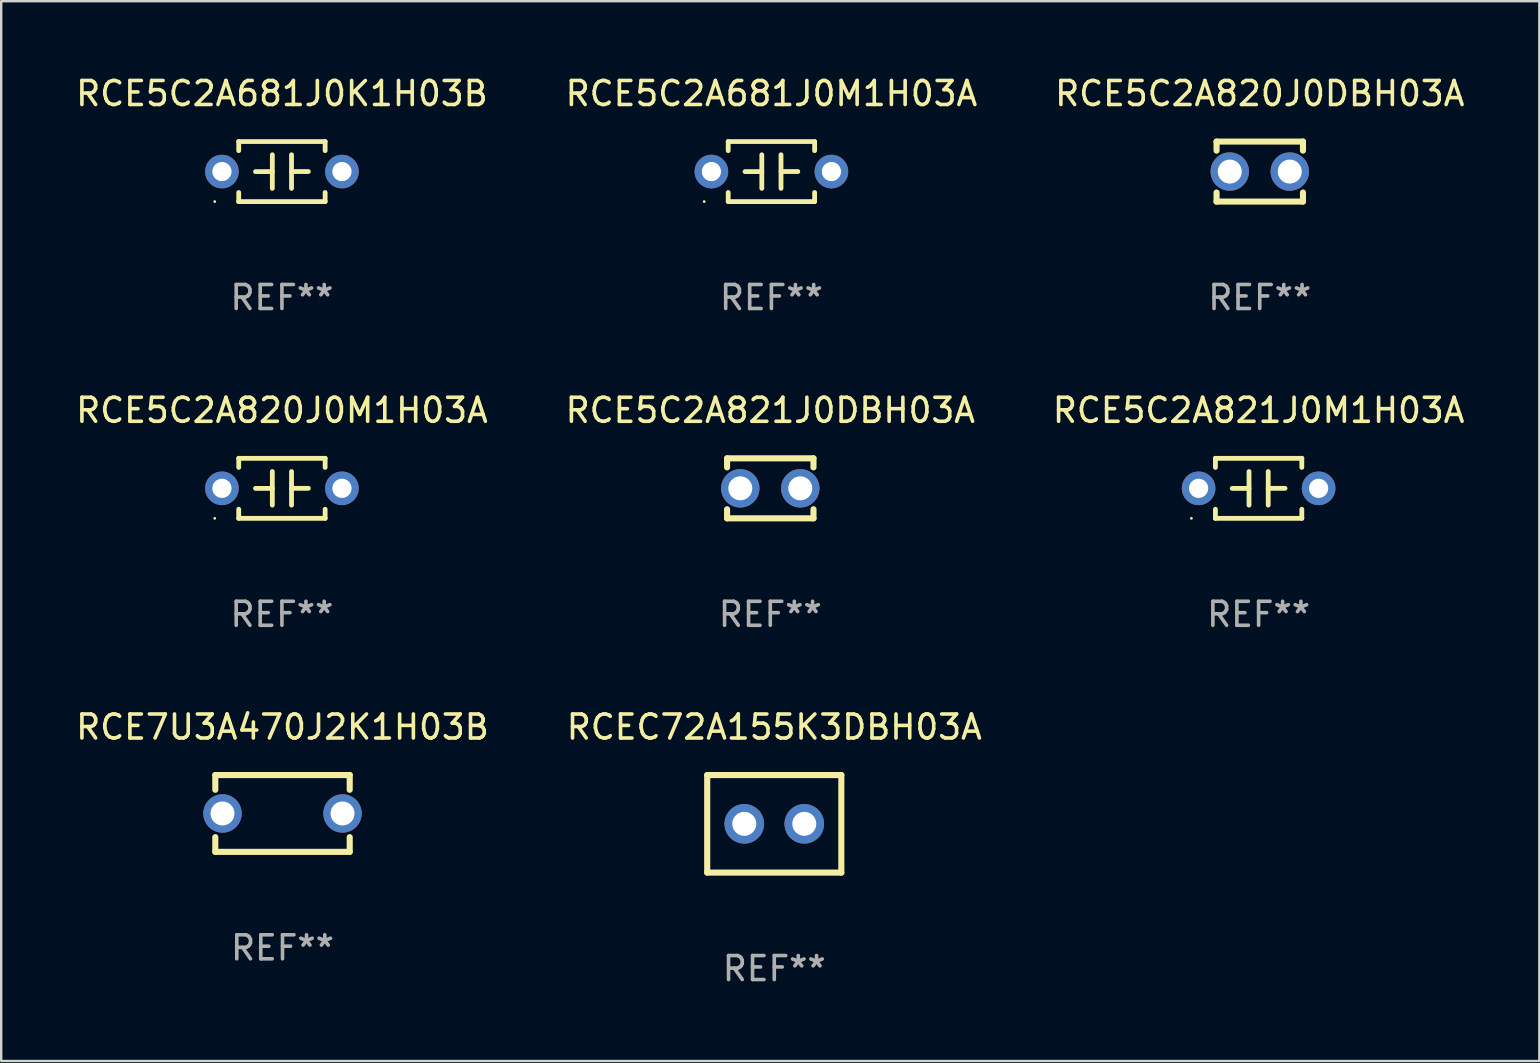
<source format=kicad_pcb>
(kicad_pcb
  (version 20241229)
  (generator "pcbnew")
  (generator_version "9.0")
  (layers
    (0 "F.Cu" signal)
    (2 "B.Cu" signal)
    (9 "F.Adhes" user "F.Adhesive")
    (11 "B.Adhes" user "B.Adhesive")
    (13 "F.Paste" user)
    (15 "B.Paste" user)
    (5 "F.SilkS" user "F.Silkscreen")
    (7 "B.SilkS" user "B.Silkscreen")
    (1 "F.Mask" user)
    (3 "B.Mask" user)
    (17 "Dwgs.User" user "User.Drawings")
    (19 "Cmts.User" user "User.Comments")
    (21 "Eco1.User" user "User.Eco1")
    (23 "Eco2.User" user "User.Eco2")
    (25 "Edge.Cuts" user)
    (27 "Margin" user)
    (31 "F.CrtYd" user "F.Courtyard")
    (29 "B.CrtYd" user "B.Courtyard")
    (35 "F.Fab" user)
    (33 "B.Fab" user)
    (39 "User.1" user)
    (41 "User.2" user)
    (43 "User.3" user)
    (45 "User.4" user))
  (footprint "RCE5C2A821J0M1H03A"
    (layer "F.Cu")
    (at 49.387 17.295)
    (property "Reference" "RCE5C2A821J0M1H03A" (at 0 -3.25 0) (layer "F.SilkS") (effects (font (size 1 1) (thickness 0.15))))
    (attr through_hole)
    (fp_line (start -1.8 -1.25) (end -1.8 -0.872) (stroke (width 0.2) (type solid)) (layer "F.SilkS"))
    (fp_line (start -1.8 -1.25) (end 1.8 -1.25) (stroke (width 0.2) (type solid)) (layer "F.SilkS"))
    (fp_line (start -1.8 0.872) (end -1.8 1.25) (stroke (width 0.2) (type solid)) (layer "F.SilkS"))
    (fp_line (start -1.8 1.25) (end 1.8 1.25) (stroke (width 0.2) (type solid)) (layer "F.SilkS"))
    (fp_line (start -0.4 -0.7) (end -0.4 0.7) (stroke (width 0.2) (type solid)) (layer "F.SilkS"))
    (fp_line (start -0.4 0.002) (end -1.1 0.002) (stroke (width 0.2) (type solid)) (layer "F.SilkS"))
    (fp_line (start 0.4 -0.001) (end 1.1 -0.001) (stroke (width 0.2) (type solid)) (layer "F.SilkS"))
    (fp_line (start 0.4 0.7) (end 0.4 -0.7) (stroke (width 0.2) (type solid)) (layer "F.SilkS"))
    (fp_line (start 1.8 -1.25) (end 1.8 -0.872) (stroke (width 0.2) (type solid)) (layer "F.SilkS"))
    (fp_line (start 1.8 0.872) (end 1.8 1.25) (stroke (width 0.2) (type solid)) (layer "F.SilkS"))
    (fp_circle (center -2.8 1.25) (end -2.77 1.25) (stroke (width 0.06) (type solid)) (fill no) (layer "F.SilkS"))
    (fp_text user "REF**" (at 0 5.25 0) (layer "F.Fab") (effects (font (size 1 1) (thickness 0.15))))
    (pad "1" thru_hole circle (at -2.5 0) (size 1.4 1.4) (drill 0.8) (layers "*.Cu" "*.Mask"))
    (pad "2" thru_hole circle (at 2.5 0) (size 1.4 1.4) (drill 0.8) (layers "*.Cu" "*.Mask")))
  (footprint "RCE5C2A681J0M1H03A"
    (layer "F.Cu")
    (at 29.089 4.098)
    (property "Reference" "RCE5C2A681J0M1H03A" (at 0 -3.25 0) (layer "F.SilkS") (effects (font (size 1 1) (thickness 0.15))))
    (attr through_hole)
    (fp_line (start -1.8 -1.25) (end -1.8 -0.872) (stroke (width 0.2) (type solid)) (layer "F.SilkS"))
    (fp_line (start -1.8 -1.25) (end 1.8 -1.25) (stroke (width 0.2) (type solid)) (layer "F.SilkS"))
    (fp_line (start -1.8 0.872) (end -1.8 1.25) (stroke (width 0.2) (type solid)) (layer "F.SilkS"))
    (fp_line (start -1.8 1.25) (end 1.8 1.25) (stroke (width 0.2) (type solid)) (layer "F.SilkS"))
    (fp_line (start -0.4 -0.7) (end -0.4 0.7) (stroke (width 0.2) (type solid)) (layer "F.SilkS"))
    (fp_line (start -0.4 0.002) (end -1.1 0.002) (stroke (width 0.2) (type solid)) (layer "F.SilkS"))
    (fp_line (start 0.4 -0.001) (end 1.1 -0.001) (stroke (width 0.2) (type solid)) (layer "F.SilkS"))
    (fp_line (start 0.4 0.7) (end 0.4 -0.7) (stroke (width 0.2) (type solid)) (layer "F.SilkS"))
    (fp_line (start 1.8 -1.25) (end 1.8 -0.872) (stroke (width 0.2) (type solid)) (layer "F.SilkS"))
    (fp_line (start 1.8 0.872) (end 1.8 1.25) (stroke (width 0.2) (type solid)) (layer "F.SilkS"))
    (fp_circle (center -2.8 1.25) (end -2.77 1.25) (stroke (width 0.06) (type solid)) (fill no) (layer "F.SilkS"))
    (fp_text user "REF**" (at 0 5.25 0) (layer "F.Fab") (effects (font (size 1 1) (thickness 0.15))))
    (pad "1" thru_hole circle (at -2.5 0) (size 1.4 1.4) (drill 0.8) (layers "*.Cu" "*.Mask"))
    (pad "2" thru_hole circle (at 2.5 0) (size 1.4 1.4) (drill 0.8) (layers "*.Cu" "*.Mask")))
  (footprint "RCE5C2A821J0DBH03A"
    (layer "F.Cu")
    (at 29.042 17.295)
    (property "Reference" "RCE5C2A821J0DBH03A" (at 0 -3.25 0) (layer "F.SilkS") (effects (font (size 1 1) (thickness 0.15))))
    (attr through_hole)
    (fp_line (start -1.8 -1.25) (end -1.8 -0.872) (stroke (width 0.254) (type solid)) (layer "F.SilkS"))
    (fp_line (start -1.8 -1.25) (end 1.8 -1.25) (stroke (width 0.254) (type solid)) (layer "F.SilkS"))
    (fp_line (start -1.8 0.872) (end -1.8 1.25) (stroke (width 0.254) (type solid)) (layer "F.SilkS"))
    (fp_line (start -1.8 1.25) (end 1.8 1.25) (stroke (width 0.254) (type solid)) (layer "F.SilkS"))
    (fp_line (start 1.8 -1.25) (end 1.8 -0.872) (stroke (width 0.254) (type solid)) (layer "F.SilkS"))
    (fp_line (start 1.8 0.872) (end 1.8 1.25) (stroke (width 0.254) (type solid)) (layer "F.SilkS"))
    (fp_circle (center -1.8 1.25) (end -1.77 1.25) (stroke (width 0.06) (type solid)) (fill no) (layer "F.SilkS"))
    (fp_text user "REF**" (at 0 5.25 0) (layer "F.Fab") (effects (font (size 1 1) (thickness 0.15))))
    (pad "1" thru_hole circle (at -1.25 0) (size 1.6 1.6) (drill 1) (layers "*.Cu" "*.Mask"))
    (pad "2" thru_hole circle (at 1.25 0) (size 1.6 1.6) (drill 1) (layers "*.Cu" "*.Mask")))
  (footprint "RCE5C2A681J0K1H03B"
    (layer "F.Cu")
    (at 8.696 4.098)
    (property "Reference" "RCE5C2A681J0K1H03B" (at 0 -3.25 0) (layer "F.SilkS") (effects (font (size 1 1) (thickness 0.15))))
    (attr through_hole)
    (fp_line (start -1.8 -1.25) (end -1.8 -0.872) (stroke (width 0.2) (type solid)) (layer "F.SilkS"))
    (fp_line (start -1.8 -1.25) (end 1.8 -1.25) (stroke (width 0.2) (type solid)) (layer "F.SilkS"))
    (fp_line (start -1.8 0.872) (end -1.8 1.25) (stroke (width 0.2) (type solid)) (layer "F.SilkS"))
    (fp_line (start -1.8 1.25) (end 1.8 1.25) (stroke (width 0.2) (type solid)) (layer "F.SilkS"))
    (fp_line (start -0.4 -0.7) (end -0.4 0.7) (stroke (width 0.2) (type solid)) (layer "F.SilkS"))
    (fp_line (start -0.4 0.002) (end -1.1 0.002) (stroke (width 0.2) (type solid)) (layer "F.SilkS"))
    (fp_line (start 0.4 -0.001) (end 1.1 -0.001) (stroke (width 0.2) (type solid)) (layer "F.SilkS"))
    (fp_line (start 0.4 0.7) (end 0.4 -0.7) (stroke (width 0.2) (type solid)) (layer "F.SilkS"))
    (fp_line (start 1.8 -1.25) (end 1.8 -0.872) (stroke (width 0.2) (type solid)) (layer "F.SilkS"))
    (fp_line (start 1.8 0.872) (end 1.8 1.25) (stroke (width 0.2) (type solid)) (layer "F.SilkS"))
    (fp_circle (center -2.8 1.25) (end -2.77 1.25) (stroke (width 0.06) (type solid)) (fill no) (layer "F.SilkS"))
    (fp_text user "REF**" (at 0 5.25 0) (layer "F.Fab") (effects (font (size 1 1) (thickness 0.15))))
    (pad "1" thru_hole circle (at -2.5 0) (size 1.4 1.4) (drill 0.8) (layers "*.Cu" "*.Mask"))
    (pad "2" thru_hole circle (at 2.5 0) (size 1.4 1.4) (drill 0.8) (layers "*.Cu" "*.Mask")))
  (footprint "RCEC72A155K3DBH03A"
    (layer "F.Cu")
    (at 29.208 31.273)
    (property "Reference" "RCEC72A155K3DBH03A" (at 0 -4.032 0) (layer "F.SilkS") (effects (font (size 1 1) (thickness 0.15))))
    (attr through_hole)
    (fp_line (start -2.794 -2.032) (end -2.794 2.032) (stroke (width 0.254) (type solid)) (layer "F.SilkS"))
    (fp_line (start -2.794 2.032) (end 2.794 2.032) (stroke (width 0.254) (type solid)) (layer "F.SilkS"))
    (fp_line (start 2.794 -2.032) (end -2.794 -2.032) (stroke (width 0.254) (type solid)) (layer "F.SilkS"))
    (fp_line (start 2.794 2.032) (end 2.794 -2.032) (stroke (width 0.254) (type solid)) (layer "F.SilkS"))
    (fp_circle (center -2.75 2) (end -2.72 2) (stroke (width 0.06) (type solid)) (fill no) (layer "F.SilkS"))
    (fp_text user "REF**" (at 0 6.032 0) (layer "F.Fab") (effects (font (size 1 1) (thickness 0.15))))
    (pad "1" thru_hole circle (at -1.25 0) (size 1.65 1.65) (drill 1) (layers "*.Cu" "*.Mask"))
    (pad "2" thru_hole circle (at 1.25 0) (size 1.65 1.65) (drill 1) (layers "*.Cu" "*.Mask")))
  (footprint "RCE5C2A820J0M1H03A"
    (layer "F.Cu")
    (at 8.696 17.295)
    (property "Reference" "RCE5C2A820J0M1H03A" (at 0 -3.25 0) (layer "F.SilkS") (effects (font (size 1 1) (thickness 0.15))))
    (attr through_hole)
    (fp_line (start -1.8 -1.25) (end -1.8 -0.872) (stroke (width 0.2) (type solid)) (layer "F.SilkS"))
    (fp_line (start -1.8 -1.25) (end 1.8 -1.25) (stroke (width 0.2) (type solid)) (layer "F.SilkS"))
    (fp_line (start -1.8 0.872) (end -1.8 1.25) (stroke (width 0.2) (type solid)) (layer "F.SilkS"))
    (fp_line (start -1.8 1.25) (end 1.8 1.25) (stroke (width 0.2) (type solid)) (layer "F.SilkS"))
    (fp_line (start -0.4 -0.7) (end -0.4 0.7) (stroke (width 0.2) (type solid)) (layer "F.SilkS"))
    (fp_line (start -0.4 0.002) (end -1.1 0.002) (stroke (width 0.2) (type solid)) (layer "F.SilkS"))
    (fp_line (start 0.4 -0.001) (end 1.1 -0.001) (stroke (width 0.2) (type solid)) (layer "F.SilkS"))
    (fp_line (start 0.4 0.7) (end 0.4 -0.7) (stroke (width 0.2) (type solid)) (layer "F.SilkS"))
    (fp_line (start 1.8 -1.25) (end 1.8 -0.872) (stroke (width 0.2) (type solid)) (layer "F.SilkS"))
    (fp_line (start 1.8 0.872) (end 1.8 1.25) (stroke (width 0.2) (type solid)) (layer "F.SilkS"))
    (fp_circle (center -2.8 1.25) (end -2.77 1.25) (stroke (width 0.06) (type solid)) (fill no) (layer "F.SilkS"))
    (fp_text user "REF**" (at 0 5.25 0) (layer "F.Fab") (effects (font (size 1 1) (thickness 0.15))))
    (pad "1" thru_hole circle (at -2.5 0) (size 1.4 1.4) (drill 0.8) (layers "*.Cu" "*.Mask"))
    (pad "2" thru_hole circle (at 2.5 0) (size 1.4 1.4) (drill 0.8) (layers "*.Cu" "*.Mask")))
  (footprint "RCE5C2A820J0DBH03A"
    (layer "F.Cu")
    (at 49.435 4.098)
    (property "Reference" "RCE5C2A820J0DBH03A" (at 0 -3.25 0) (layer "F.SilkS") (effects (font (size 1 1) (thickness 0.15))))
    (attr through_hole)
    (fp_line (start -1.8 -1.25) (end -1.8 -0.872) (stroke (width 0.254) (type solid)) (layer "F.SilkS"))
    (fp_line (start -1.8 -1.25) (end 1.8 -1.25) (stroke (width 0.254) (type solid)) (layer "F.SilkS"))
    (fp_line (start -1.8 0.872) (end -1.8 1.25) (stroke (width 0.254) (type solid)) (layer "F.SilkS"))
    (fp_line (start -1.8 1.25) (end 1.8 1.25) (stroke (width 0.254) (type solid)) (layer "F.SilkS"))
    (fp_line (start 1.8 -1.25) (end 1.8 -0.872) (stroke (width 0.254) (type solid)) (layer "F.SilkS"))
    (fp_line (start 1.8 0.872) (end 1.8 1.25) (stroke (width 0.254) (type solid)) (layer "F.SilkS"))
    (fp_circle (center -1.8 1.25) (end -1.77 1.25) (stroke (width 0.06) (type solid)) (fill no) (layer "F.SilkS"))
    (fp_text user "REF**" (at 0 5.25 0) (layer "F.Fab") (effects (font (size 1 1) (thickness 0.15))))
    (pad "1" thru_hole circle (at -1.25 0) (size 1.6 1.6) (drill 1) (layers "*.Cu" "*.Mask"))
    (pad "2" thru_hole circle (at 1.25 0) (size 1.6 1.6) (drill 1) (layers "*.Cu" "*.Mask")))
  (footprint "RCE7U3A470J2K1H03B"
    (layer "F.Cu")
    (at 8.72 30.841)
    (property "Reference" "RCE7U3A470J2K1H03B" (at 0 -3.6 0) (layer "F.SilkS") (effects (font (size 1 1) (thickness 0.15))))
    (attr through_hole)
    (fp_line (start -2.8 -1.6) (end 2.8 -1.6) (stroke (width 0.254) (type solid)) (layer "F.SilkS"))
    (fp_line (start -2.8 -0.986) (end -2.8 -1.6) (stroke (width 0.254) (type solid)) (layer "F.SilkS"))
    (fp_line (start -2.8 1.6) (end -2.8 0.986) (stroke (width 0.254) (type solid)) (layer "F.SilkS"))
    (fp_line (start 2.8 -1.6) (end 2.8 -0.986) (stroke (width 0.254) (type solid)) (layer "F.SilkS"))
    (fp_line (start 2.8 0.986) (end 2.8 1.6) (stroke (width 0.254) (type solid)) (layer "F.SilkS"))
    (fp_line (start 2.8 1.6) (end -2.8 1.6) (stroke (width 0.254) (type solid)) (layer "F.SilkS"))
    (fp_circle (center -2.8 1.6) (end -2.77 1.6) (stroke (width 0.06) (type solid)) (fill no) (layer "F.SilkS"))
    (fp_text user "REF**" (at 0 5.6 0) (layer "F.Fab") (effects (font (size 1 1) (thickness 0.15))))
    (pad "1" thru_hole circle (at -2.5 0) (size 1.6 1.6) (drill 1) (layers "*.Cu" "*.Mask"))
    (pad "2" thru_hole circle (at 2.5 0) (size 1.6 1.6) (drill 1) (layers "*.Cu" "*.Mask")))
  (gr_rect
    (start -3 -3)
    (end 61.083 41.154)
    (stroke (width 0.1) (type default))
    (fill no)
    (layer "Edge.Cuts")))
</source>
